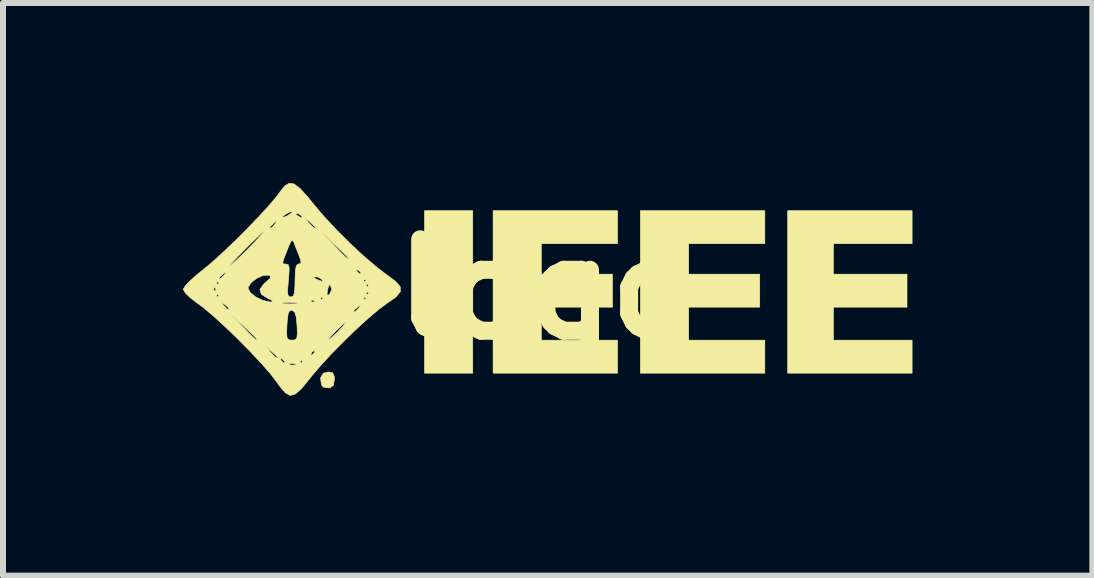
<source format=kicad_pcb>
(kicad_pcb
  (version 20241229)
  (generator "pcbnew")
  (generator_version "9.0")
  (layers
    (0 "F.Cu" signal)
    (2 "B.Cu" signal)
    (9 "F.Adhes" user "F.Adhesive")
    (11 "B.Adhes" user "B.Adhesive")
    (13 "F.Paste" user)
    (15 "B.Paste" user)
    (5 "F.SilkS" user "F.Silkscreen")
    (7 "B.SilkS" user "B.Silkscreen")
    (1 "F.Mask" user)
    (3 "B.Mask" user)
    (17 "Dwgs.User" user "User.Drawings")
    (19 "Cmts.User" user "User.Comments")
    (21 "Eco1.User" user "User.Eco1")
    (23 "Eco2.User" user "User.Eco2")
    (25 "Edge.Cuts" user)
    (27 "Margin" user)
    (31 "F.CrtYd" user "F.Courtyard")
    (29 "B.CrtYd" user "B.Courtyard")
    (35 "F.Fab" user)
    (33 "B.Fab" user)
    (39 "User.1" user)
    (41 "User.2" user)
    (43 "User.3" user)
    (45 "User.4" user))
  (footprint "logo"
    (layer "F.Cu")
    (at 6.059 1.774)
    (property "Reference" "logo" (at 0 0 0) (layer "F.SilkS") (effects (font (size 1.524 1.524) (thickness 0.3))))
    (attr through_hole)
    (fp_poly (pts (xy -1.228 1.397) (xy -2.032 1.397) (xy -2.032 -1.312) (xy -1.228 -1.312) (xy -1.228 1.397)) (stroke (width 0.01) (type solid)) (fill yes) (layer "F.SilkS"))
    (fp_poly (pts (xy -3.565 1.39) (xy -3.537 1.448) (xy -3.535 1.503) (xy -3.55 1.599) (xy -3.606 1.639) (xy -3.63 1.643) (xy -3.718 1.629) (xy -3.75 1.593) (xy -3.766 1.476) (xy -3.719 1.398) (xy -3.64 1.376) (xy -3.565 1.39)) (stroke (width 0.01) (type solid)) (fill yes) (layer "F.SilkS"))
    (fp_poly (pts (xy 1.185 -0.762) (xy -0.085 -0.762) (xy -0.085 -0.254) (xy 1.101 -0.254) (xy 1.101 0.296) (xy -0.085 0.296) (xy -0.085 0.847) (xy 1.185 0.847) (xy 1.185 1.397) (xy -0.889 1.397) (xy -0.889 -1.312) (xy 1.185 -1.312) (xy 1.185 -0.762)) (stroke (width 0.01) (type solid)) (fill yes) (layer "F.SilkS"))
    (fp_poly (pts (xy 3.641 -0.762) (xy 2.371 -0.762) (xy 2.371 -0.254) (xy 3.556 -0.254) (xy 3.556 0.296) (xy 2.371 0.296) (xy 2.371 0.847) (xy 3.641 0.847) (xy 3.641 1.397) (xy 1.566 1.397) (xy 1.566 -1.312) (xy 3.641 -1.312) (xy 3.641 -0.762)) (stroke (width 0.01) (type solid)) (fill yes) (layer "F.SilkS"))
    (fp_poly (pts (xy 6.096 -0.762) (xy 4.784 -0.762) (xy 4.784 -0.254) (xy 6.011 -0.254) (xy 6.011 0.296) (xy 4.784 0.296) (xy 4.784 0.847) (xy 6.096 0.847) (xy 6.096 1.397) (xy 4.022 1.397) (xy 4.022 -1.312) (xy 6.096 -1.312) (xy 6.096 -0.762)) (stroke (width 0.01) (type solid)) (fill yes) (layer "F.SilkS"))
    (fp_poly (pts (xy -4.208 -1.758) (xy -4.109 -1.684) (xy -3.982 -1.544) (xy -3.895 -1.436) (xy -3.713 -1.221) (xy -3.496 -0.988) (xy -3.261 -0.754) (xy -3.026 -0.537) (xy -2.811 -0.355) (xy -2.669 -0.249) (xy -2.515 -0.134) (xy -2.437 -0.043) (xy -2.435 0.039) (xy -2.507 0.126) (xy -2.655 0.23) (xy -2.657 0.231) (xy -2.794 0.333) (xy -2.972 0.483) (xy -3.174 0.668) (xy -3.385 0.873) (xy -3.591 1.082) (xy -3.774 1.281) (xy -3.922 1.454) (xy -3.947 1.487) (xy -4.08 1.651) (xy -4.184 1.744) (xy -4.27 1.768) (xy -4.353 1.724) (xy -4.446 1.614) (xy -4.487 1.555) (xy -4.594 1.415) (xy -4.731 1.257) (xy -4.292 1.257) (xy -4.233 1.263) (xy -4.173 1.257) (xy -4.18 1.242) (xy -4.267 1.236) (xy -4.286 1.242) (xy -4.292 1.257) (xy -4.731 1.257) (xy -4.75 1.236) (xy -4.826 1.155) (xy -4.438 1.155) (xy -4.428 1.179) (xy -4.385 1.224) (xy -4.361 1.215) (xy -4.36 1.209) (xy -4.362 1.206) (xy -4.106 1.206) (xy -4.085 1.228) (xy -4.064 1.206) (xy -4.085 1.185) (xy -4.106 1.206) (xy -4.362 1.206) (xy -4.39 1.173) (xy -4.409 1.16) (xy -4.438 1.155) (xy -4.826 1.155) (xy -4.94 1.034) (xy -5.02 0.953) (xy -4.678 0.953) (xy -4.597 1.048) (xy -4.522 1.128) (xy -4.489 1.139) (xy -4.487 1.128) (xy -4.513 1.098) (xy -3.927 1.098) (xy -3.921 1.101) (xy -3.882 1.071) (xy -3.873 1.058) (xy -3.863 1.019) (xy -3.869 1.016) (xy -3.907 1.046) (xy -3.916 1.058) (xy -3.927 1.098) (xy -4.513 1.098) (xy -4.516 1.094) (xy -4.583 1.033) (xy -4.678 0.953) (xy -5.02 0.953) (xy -5.148 0.823) (xy -5.359 0.62) (xy -5.557 0.439) (xy -5.602 0.402) (xy -5.271 0.402) (xy -5.06 0.624) (xy -4.943 0.748) (xy -4.871 0.818) (xy -4.836 0.844) (xy -4.826 0.836) (xy -4.826 0.834) (xy -4.854 0.802) (xy -4.924 0.732) (xy -4.331 0.732) (xy -4.323 0.809) (xy -4.297 0.84) (xy -4.245 0.847) (xy -4.242 0.847) (xy -4.241 0.847) (xy -3.636 0.847) (xy -3.597 0.819) (xy -3.521 0.748) (xy -3.471 0.699) (xy -3.393 0.614) (xy -3.351 0.56) (xy -3.349 0.55) (xy -3.388 0.578) (xy -3.464 0.649) (xy -3.514 0.699) (xy -3.592 0.783) (xy -3.634 0.837) (xy -3.636 0.847) (xy -4.241 0.847) (xy -4.187 0.841) (xy -4.16 0.809) (xy -4.152 0.731) (xy -4.157 0.604) (xy -4.171 0.457) (xy -4.197 0.377) (xy -4.214 0.365) (xy -3.217 0.365) (xy -3.197 0.378) (xy -3.14 0.323) (xy -3.127 0.307) (xy -3.091 0.257) (xy -3.113 0.267) (xy -3.143 0.291) (xy -3.202 0.343) (xy -3.217 0.365) (xy -4.214 0.365) (xy -4.24 0.347) (xy -4.28 0.354) (xy -4.305 0.404) (xy -4.32 0.515) (xy -4.325 0.59) (xy -4.331 0.732) (xy -4.924 0.732) (xy -4.929 0.727) (xy -5.035 0.625) (xy -5.048 0.612) (xy -5.271 0.402) (xy -5.602 0.402) (xy -5.727 0.297) (xy -5.81 0.236) (xy -5.842 0.212) (xy -5.416 0.212) (xy -5.405 0.234) (xy -5.382 0.265) (xy -5.32 0.33) (xy -5.292 0.33) (xy -5.292 0.323) (xy -5.321 0.287) (xy -5.366 0.249) (xy -5.387 0.233) (xy -4.418 0.233) (xy -4.37 0.239) (xy -4.276 0.241) (xy -4.171 0.239) (xy -4.132 0.232) (xy -4.159 0.224) (xy -4.296 0.217) (xy -4.392 0.224) (xy -4.418 0.233) (xy -5.387 0.233) (xy -5.416 0.212) (xy -5.842 0.212) (xy -5.934 0.142) (xy -5.971 0.106) (xy -5.503 0.106) (xy -5.482 0.127) (xy -5.461 0.106) (xy -5.482 0.085) (xy -5.503 0.106) (xy -5.971 0.106) (xy -6.021 0.057) (xy -6.053 0) (xy -5.546 0) (xy -5.53 0.035) (xy -5.517 0.028) (xy -5.513 -0.019) (xy -4.974 -0.019) (xy -4.937 0.053) (xy -4.846 0.126) (xy -4.727 0.183) (xy -4.608 0.21) (xy -4.593 0.21) (xy -4.557 0.2) (xy -4.58 0.183) (xy -3.923 0.183) (xy -3.917 0.209) (xy -3.895 0.212) (xy -3.86 0.196) (xy -3.866 0.183) (xy -3.917 0.178) (xy -3.923 0.183) (xy -4.58 0.183) (xy -4.596 0.172) (xy -4.646 0.149) (xy -4.647 0.148) (xy -3.768 0.148) (xy -3.747 0.169) (xy -3.725 0.148) (xy -3.048 0.148) (xy -3.027 0.169) (xy -3.006 0.148) (xy -3.027 0.127) (xy -3.048 0.148) (xy -3.725 0.148) (xy -3.747 0.127) (xy -3.768 0.148) (xy -4.647 0.148) (xy -4.753 0.081) (xy -4.776 0.003) (xy -4.715 -0.087) (xy -4.673 -0.123) (xy -4.604 -0.185) (xy -4.6 -0.22) (xy -4.63 -0.237) (xy -4.719 -0.234) (xy -4.826 -0.187) (xy -4.921 -0.114) (xy -4.972 -0.036) (xy -4.974 -0.019) (xy -5.513 -0.019) (xy -5.512 -0.022) (xy -5.517 -0.028) (xy -5.543 -0.022) (xy -5.546 0) (xy -6.053 0) (xy -6.054 -0.001) (xy -6.022 -0.057) (xy -5.975 -0.106) (xy -5.503 -0.106) (xy -5.482 -0.085) (xy -5.461 -0.106) (xy -5.482 -0.127) (xy -5.503 -0.106) (xy -5.975 -0.106) (xy -5.936 -0.147) (xy -5.893 -0.185) (xy -5.461 -0.185) (xy -5.44 -0.173) (xy -5.384 -0.227) (xy -5.371 -0.243) (xy -5.334 -0.294) (xy -5.356 -0.283) (xy -5.387 -0.259) (xy -5.446 -0.207) (xy -5.461 -0.185) (xy -5.893 -0.185) (xy -5.813 -0.256) (xy -5.741 -0.313) (xy -5.658 -0.381) (xy -5.289 -0.381) (xy -5.253 -0.409) (xy -5.202 -0.456) (xy -4.394 -0.456) (xy -4.391 -0.428) (xy -4.363 -0.423) (xy -4.338 -0.423) (xy -4.304 -0.411) (xy -4.289 -0.36) (xy -4.292 -0.256) (xy -4.301 -0.148) (xy -4.314 0.001) (xy -4.312 0.085) (xy -4.291 0.121) (xy -4.26 0.127) (xy -4.222 0.113) (xy -4.214 0.092) (xy -3.658 0.092) (xy -3.631 0.094) (xy -3.616 0.082) (xy -3.607 0.064) (xy -3.006 0.064) (xy -2.985 0.085) (xy -2.963 0.064) (xy -2.985 0.042) (xy -3.006 0.064) (xy -3.607 0.064) (xy -3.58 0.011) (xy -3.584 -0.024) (xy -3.604 -0.064) (xy -3.006 -0.064) (xy -2.985 -0.042) (xy -2.963 -0.064) (xy -2.985 -0.085) (xy -3.006 -0.064) (xy -3.604 -0.064) (xy -3.612 -0.078) (xy -3.632 -0.058) (xy -3.651 0.022) (xy -3.658 0.092) (xy -4.214 0.092) (xy -4.201 0.058) (xy -4.192 -0.054) (xy -4.191 -0.148) (xy -4.189 -0.201) (xy -3.886 -0.201) (xy -3.85 -0.178) (xy -3.831 -0.169) (xy -3.751 -0.137) (xy -3.73 -0.138) (xy -3.735 -0.148) (xy -3.048 -0.148) (xy -3.027 -0.127) (xy -3.006 -0.148) (xy -3.027 -0.169) (xy -3.048 -0.148) (xy -3.735 -0.148) (xy -3.747 -0.169) (xy -3.807 -0.205) (xy -3.844 -0.209) (xy -3.886 -0.201) (xy -4.189 -0.201) (xy -4.186 -0.304) (xy -4.182 -0.327) (xy -3.168 -0.327) (xy -3.158 -0.303) (xy -3.115 -0.257) (xy -3.091 -0.267) (xy -3.09 -0.273) (xy -3.12 -0.308) (xy -3.139 -0.322) (xy -3.168 -0.327) (xy -4.182 -0.327) (xy -4.171 -0.39) (xy -4.14 -0.422) (xy -4.13 -0.423) (xy -4.093 -0.435) (xy -4.095 -0.484) (xy -4.123 -0.561) (xy -4.171 -0.682) (xy -4.209 -0.782) (xy -4.209 -0.783) (xy -4.232 -0.82) (xy -4.259 -0.799) (xy -4.3 -0.71) (xy -4.321 -0.656) (xy -4.372 -0.525) (xy -4.394 -0.456) (xy -5.202 -0.456) (xy -5.17 -0.485) (xy -5.056 -0.595) (xy -4.974 -0.677) (xy -4.852 -0.802) (xy -4.76 -0.901) (xy -4.715 -0.953) (xy -3.747 -0.953) (xy -3.536 -0.73) (xy -3.419 -0.607) (xy -3.347 -0.537) (xy -3.312 -0.511) (xy -3.302 -0.519) (xy -3.302 -0.52) (xy -3.33 -0.553) (xy -3.405 -0.628) (xy -3.511 -0.73) (xy -3.524 -0.742) (xy -3.747 -0.953) (xy -4.715 -0.953) (xy -4.708 -0.961) (xy -4.701 -0.974) (xy -4.738 -0.946) (xy -4.82 -0.87) (xy -4.934 -0.759) (xy -5.016 -0.677) (xy -5.138 -0.553) (xy -5.231 -0.454) (xy -5.283 -0.393) (xy -5.289 -0.381) (xy -5.658 -0.381) (xy -5.587 -0.44) (xy -5.401 -0.608) (xy -5.197 -0.802) (xy -4.99 -1.008) (xy -4.956 -1.044) (xy -4.606 -1.044) (xy -4.606 -1.017) (xy -4.598 -1.016) (xy -4.563 -1.045) (xy -4.524 -1.09) (xy -4.488 -1.14) (xy -4.51 -1.13) (xy -4.54 -1.106) (xy -4.606 -1.044) (xy -4.956 -1.044) (xy -4.803 -1.204) (xy -4.403 -1.204) (xy -4.372 -1.204) (xy -4.318 -1.228) (xy -4.28 -1.253) (xy -4.178 -1.253) (xy -4.149 -1.228) (xy -4.081 -1.19) (xy -4.072 -1.204) (xy -4.074 -1.206) (xy -4.043 -1.206) (xy -3.962 -1.111) (xy -3.887 -1.031) (xy -3.854 -1.02) (xy -3.852 -1.031) (xy -3.881 -1.065) (xy -3.948 -1.126) (xy -4.043 -1.206) (xy -4.074 -1.206) (xy -4.085 -1.228) (xy -4.147 -1.268) (xy -4.162 -1.269) (xy -4.178 -1.253) (xy -4.28 -1.253) (xy -4.251 -1.271) (xy -4.233 -1.294) (xy -4.264 -1.294) (xy -4.318 -1.27) (xy -4.385 -1.226) (xy -4.403 -1.204) (xy -4.803 -1.204) (xy -4.795 -1.211) (xy -4.626 -1.396) (xy -4.497 -1.549) (xy -4.445 -1.62) (xy -4.365 -1.722) (xy -4.289 -1.769) (xy -4.208 -1.758)) (stroke (width 0.01) (type solid)) (fill yes) (layer "F.SilkS")))
  (gr_rect
    (start -3 -3)
    (end 15.16 6.547)
    (stroke (width 0.1) (type default))
    (fill no)
    (layer "Edge.Cuts")))
</source>
